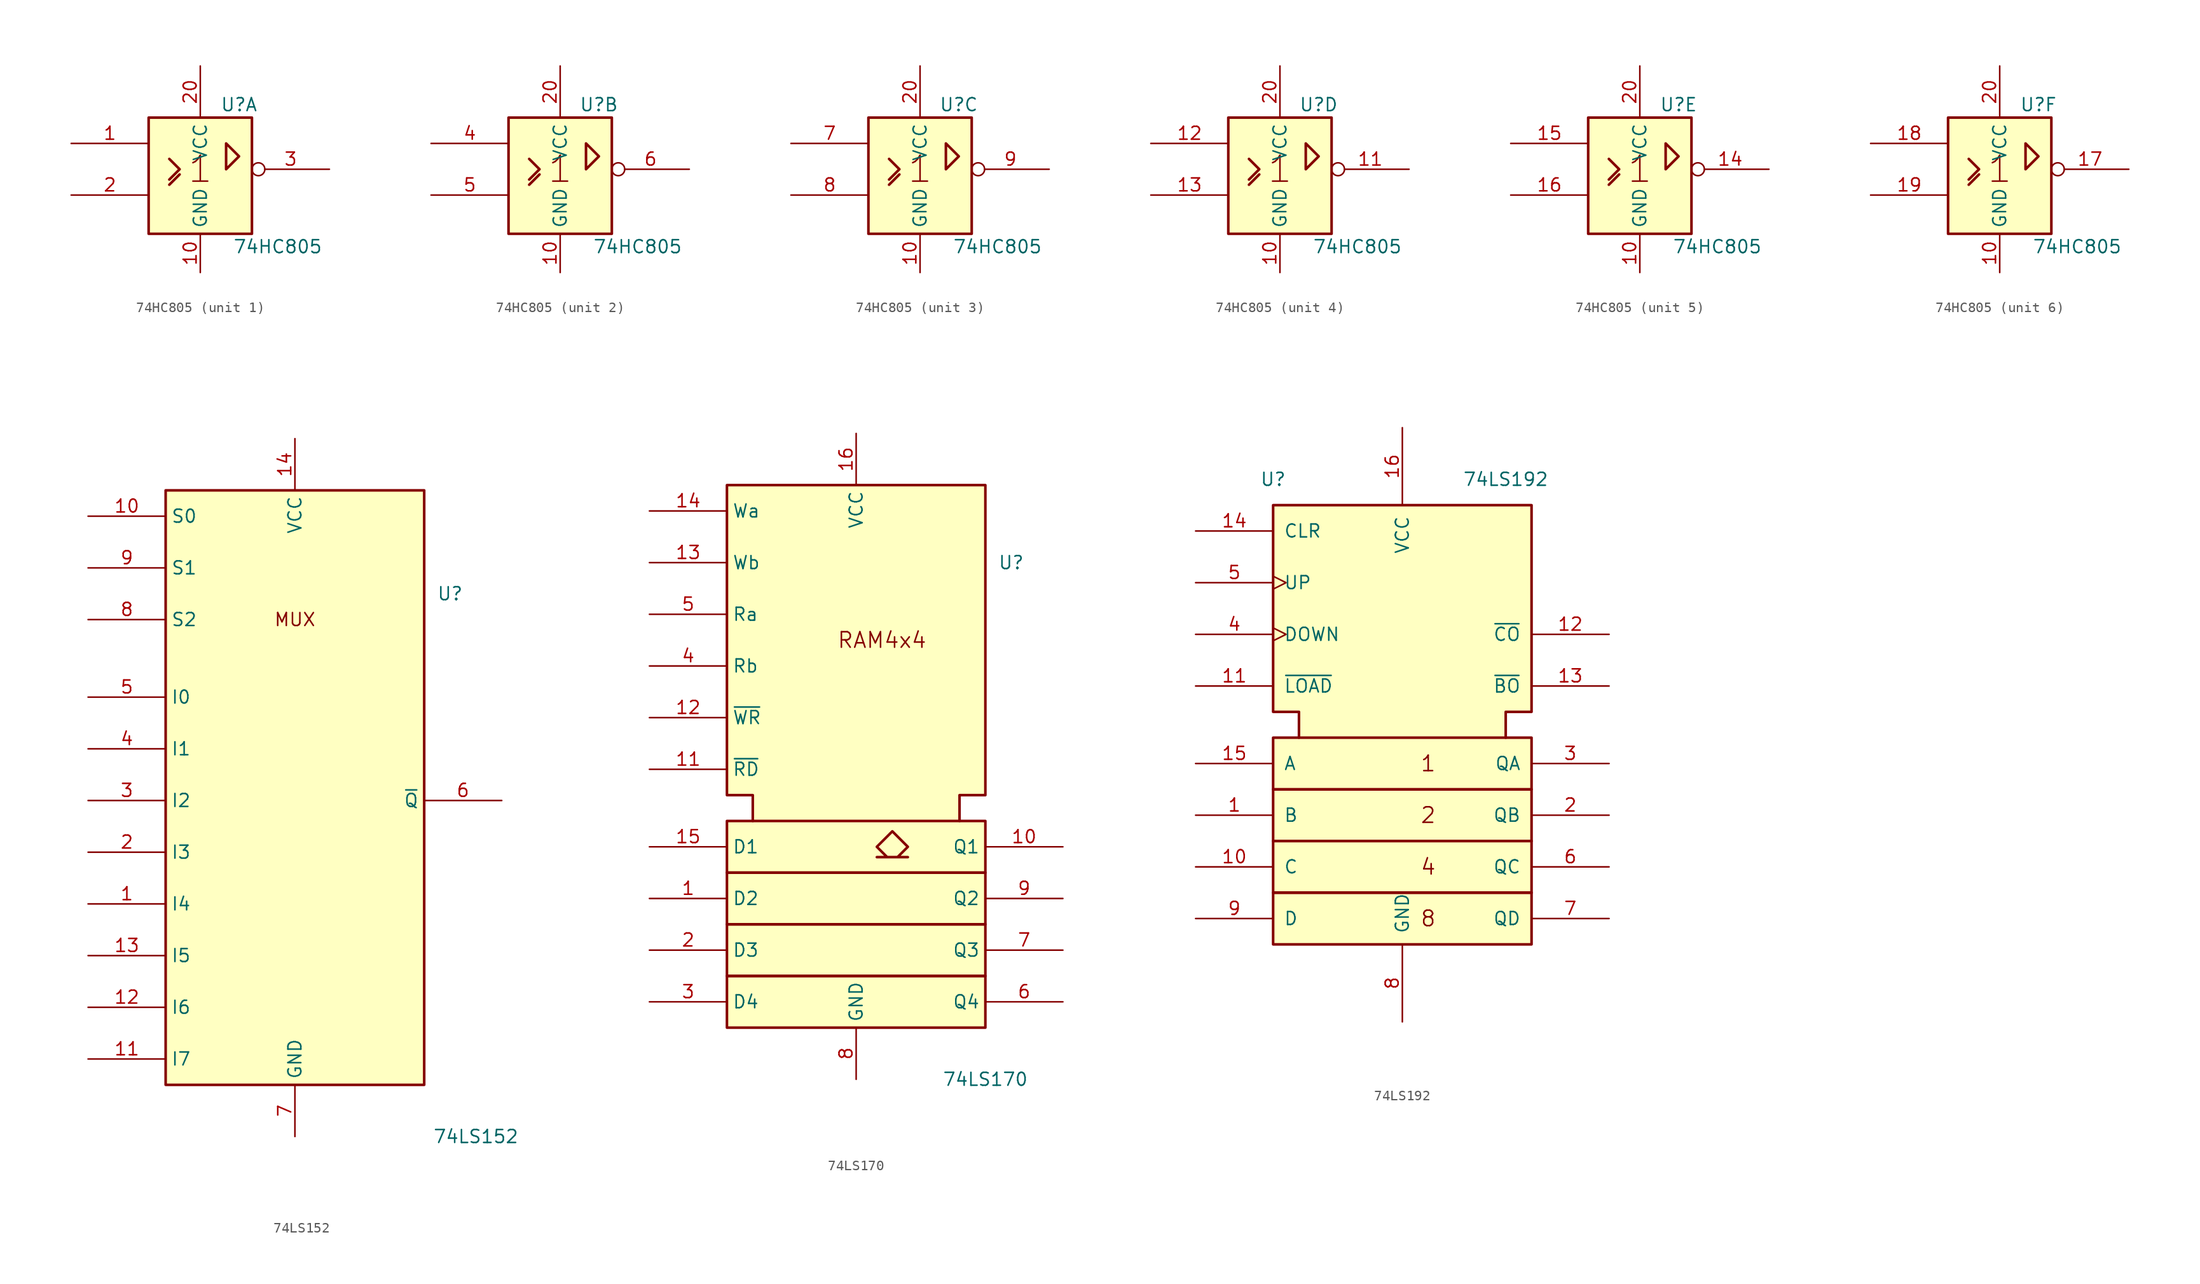
<source format=kicad_sym>
(kicad_symbol_lib
  (version 20231120)
  (generator "kicad_symbol_editor")
  (generator_version "8.0")
  (symbol "74HC805"
    (property "Reference" "U"
      (at 3.81 6.35 0)
      (effects (font (size 1.27 1.27))))
    (property "Value" "74HC805"
      (at 7.62 -7.62 0)
      (effects (font (size 1.27 1.27))))
    (symbol "74HC805_0_1"
      (rectangle (start -5.08 5.08) (end 5.08 -6.35) (stroke (width 0.254) (type default)) (fill (type background)))
      (polyline (pts (xy -3.048 -1.524) (xy -2.032 -0.508) (xy -2.032 -0.508)) (stroke (width 0.254) (type default)) (fill (type background)))
      (polyline (pts (xy -3.048 1.016) (xy -2.032 0) (xy -3.048 -1.016) (xy -3.048 -1.016)) (stroke (width 0.254) (type default)) (fill (type background)))
      (polyline (pts (xy 2.54 0) (xy 2.54 2.54) (xy 3.81 1.27) (xy 2.54 0) (xy 2.54 0)) (stroke (width 0.254) (type default)) (fill (type background)))
      (text "1" (at 0 0 0) (effects (font (size 2.54 2.54))))
      (pin power_in line (at 0 -10.16 90) (length 3.81) (name "GND" (effects (font (size 1.27 1.27)))) (number "10" (effects (font (size 1.27 1.27)))))
      (pin power_in line (at 0 10.16 270) (length 5.08) (name "VCC" (effects (font (size 1.27 1.27)))) (number "20" (effects (font (size 1.27 1.27))))))
    (symbol "74HC805_1_1"
      (pin input line (at -12.7 2.54 0) (length 7.62) (name "~" (effects (font (size 1.27 1.27)))) (number "1" (effects (font (size 1.27 1.27)))))
      (pin input line (at -12.7 -2.54 0) (length 7.62) (name "~" (effects (font (size 1.27 1.27)))) (number "2" (effects (font (size 1.27 1.27)))))
      (pin output inverted (at 12.7 0 180) (length 7.62) (name "~" (effects (font (size 1.27 1.27)))) (number "3" (effects (font (size 1.27 1.27))))))
    (symbol "74HC805_2_1"
      (pin input line (at -12.7 2.54 0) (length 7.62) (name "~" (effects (font (size 1.27 1.27)))) (number "4" (effects (font (size 1.27 1.27)))))
      (pin input line (at -12.7 -2.54 0) (length 7.62) (name "~" (effects (font (size 1.27 1.27)))) (number "5" (effects (font (size 1.27 1.27)))))
      (pin output inverted (at 12.7 0 180) (length 7.62) (name "~" (effects (font (size 1.27 1.27)))) (number "6" (effects (font (size 1.27 1.27))))))
    (symbol "74HC805_3_1"
      (pin input line (at -12.7 2.54 0) (length 7.62) (name "~" (effects (font (size 1.27 1.27)))) (number "7" (effects (font (size 1.27 1.27)))))
      (pin input line (at -12.7 -2.54 0) (length 7.62) (name "~" (effects (font (size 1.27 1.27)))) (number "8" (effects (font (size 1.27 1.27)))))
      (pin output inverted (at 12.7 0 180) (length 7.62) (name "~" (effects (font (size 1.27 1.27)))) (number "9" (effects (font (size 1.27 1.27))))))
    (symbol "74HC805_4_1"
      (pin output inverted (at 12.7 0 180) (length 7.62) (name "~" (effects (font (size 1.27 1.27)))) (number "11" (effects (font (size 1.27 1.27)))))
      (pin input line (at -12.7 2.54 0) (length 7.62) (name "~" (effects (font (size 1.27 1.27)))) (number "12" (effects (font (size 1.27 1.27)))))
      (pin input line (at -12.7 -2.54 0) (length 7.62) (name "~" (effects (font (size 1.27 1.27)))) (number "13" (effects (font (size 1.27 1.27))))))
    (symbol "74HC805_5_1"
      (pin output inverted (at 12.7 0 180) (length 7.62) (name "~" (effects (font (size 1.27 1.27)))) (number "14" (effects (font (size 1.27 1.27)))))
      (pin input line (at -12.7 2.54 0) (length 7.62) (name "~" (effects (font (size 1.27 1.27)))) (number "15" (effects (font (size 1.27 1.27)))))
      (pin input line (at -12.7 -2.54 0) (length 7.62) (name "~" (effects (font (size 1.27 1.27)))) (number "16" (effects (font (size 1.27 1.27))))))
    (symbol "74HC805_6_1"
      (pin output inverted (at 12.7 0 180) (length 7.62) (name "~" (effects (font (size 1.27 1.27)))) (number "17" (effects (font (size 1.27 1.27)))))
      (pin input line (at -12.7 2.54 0) (length 7.62) (name "~" (effects (font (size 1.27 1.27)))) (number "18" (effects (font (size 1.27 1.27)))))
      (pin input line (at -12.7 -2.54 0) (length 7.62) (name "~" (effects (font (size 1.27 1.27)))) (number "19" (effects (font (size 1.27 1.27)))))))
  (symbol "74LS152"
    (property "Reference" "U"
      (at 15.24 22.86 0)
      (effects (font (size 1.27 1.27))))
    (property "Value" "74LS152"
      (at 17.78 -30.48 0)
      (effects (font (size 1.27 1.27))))
    (symbol "74LS152_0_0"
      (rectangle (start -12.7 33.02) (end 12.7 -25.4) (stroke (width 0.254) (type default)) (fill (type background)))
      (text "MUX" (at 0 20.32 0) (effects (font (size 1.27 1.27))))
      (pin power_in line (at 0 38.1 270) (length 5.08) (name "VCC" (effects (font (size 1.27 1.27)))) (number "14" (effects (font (size 1.27 1.27)))))
      (pin power_in line (at 0 -30.48 90) (length 5.08) (name "GND" (effects (font (size 1.27 1.27)))) (number "7" (effects (font (size 1.27 1.27))))))
    (symbol "74LS152_1_1"
      (pin input line (at -20.32 -7.62 0) (length 7.62) (name "I4" (effects (font (size 1.27 1.27)))) (number "1" (effects (font (size 1.27 1.27)))))
      (pin input line (at -20.32 30.48 0) (length 7.62) (name "S0" (effects (font (size 1.27 1.27)))) (number "10" (effects (font (size 1.27 1.27)))))
      (pin input line (at -20.32 -22.86 0) (length 7.62) (name "I7" (effects (font (size 1.27 1.27)))) (number "11" (effects (font (size 1.27 1.27)))))
      (pin input line (at -20.32 -17.78 0) (length 7.62) (name "I6" (effects (font (size 1.27 1.27)))) (number "12" (effects (font (size 1.27 1.27)))))
      (pin input line (at -20.32 -12.7 0) (length 7.62) (name "I5" (effects (font (size 1.27 1.27)))) (number "13" (effects (font (size 1.27 1.27)))))
      (pin input line (at -20.32 -2.54 0) (length 7.62) (name "I3" (effects (font (size 1.27 1.27)))) (number "2" (effects (font (size 1.27 1.27)))))
      (pin input line (at -20.32 2.54 0) (length 7.62) (name "I2" (effects (font (size 1.27 1.27)))) (number "3" (effects (font (size 1.27 1.27)))))
      (pin input line (at -20.32 7.62 0) (length 7.62) (name "I1" (effects (font (size 1.27 1.27)))) (number "4" (effects (font (size 1.27 1.27)))))
      (pin input line (at -20.32 12.7 0) (length 7.62) (name "I0" (effects (font (size 1.27 1.27)))) (number "5" (effects (font (size 1.27 1.27)))))
      (pin output line (at 20.32 2.54 180) (length 7.62) (name "~{Q}" (effects (font (size 1.27 1.27)))) (number "6" (effects (font (size 1.27 1.27)))))
      (pin input line (at -20.32 20.32 0) (length 7.62) (name "S2" (effects (font (size 1.27 1.27)))) (number "8" (effects (font (size 1.27 1.27)))))
      (pin input line (at -20.32 25.4 0) (length 7.62) (name "S1" (effects (font (size 1.27 1.27)))) (number "9" (effects (font (size 1.27 1.27)))))))
  (symbol "74LS170"
    (property "Reference" "U"
      (at 15.24 20.32 0)
      (effects (font (size 1.27 1.27))))
    (property "Value" "74LS170"
      (at 12.7 -30.48 0)
      (effects (font (size 1.27 1.27))))
    (symbol "74LS170_0_0"
      (rectangle (start -12.7 -20.32) (end 12.7 -25.4) (stroke (width 0.254) (type default)) (fill (type background)))
      (rectangle (start -12.7 -15.24) (end 12.7 -20.32) (stroke (width 0.254) (type default)) (fill (type background)))
      (rectangle (start -12.7 -10.16) (end 12.7 -15.24) (stroke (width 0.254) (type default)) (fill (type background)))
      (rectangle (start -12.7 -5.08) (end 12.7 -10.16) (stroke (width 0.254) (type default)) (fill (type background)))
      (polyline (pts (xy -10.16 -5.08) (xy -10.16 -2.54) (xy -12.7 -2.54) (xy -12.7 27.94) (xy 12.7 27.94) (xy 12.7 -2.54) (xy 10.16 -2.54) (xy 10.16 -5.08) (xy 10.16 -5.08)) (stroke (width 0.254) (type default)) (fill (type background)))
      (polyline (pts (xy 3.556 -6.096) (xy 5.08 -7.62) (xy 4.064 -8.636) (xy 5.08 -8.636) (xy 2.032 -8.636) (xy 3.048 -8.636) (xy 2.032 -7.62) (xy 3.556 -6.096) (xy 3.556 -6.096)) (stroke (width 0.254) (type default)) (fill (type background)))
      (text "RAM4x4" (at 2.54 12.7 0) (effects (font (size 1.524 1.524))))
      (pin power_in line (at 0 33.02 270) (length 5.08) (name "VCC" (effects (font (size 1.27 1.27)))) (number "16" (effects (font (size 1.27 1.27)))))
      (pin power_in line (at 0 -30.48 90) (length 5.08) (name "GND" (effects (font (size 1.27 1.27)))) (number "8" (effects (font (size 1.27 1.27))))))
    (symbol "74LS170_1_1"
      (pin input line (at -20.32 -12.7 0) (length 7.62) (name "D2" (effects (font (size 1.27 1.27)))) (number "1" (effects (font (size 1.27 1.27)))))
      (pin tri_state line (at 20.32 -7.62 180) (length 7.62) (name "Q1" (effects (font (size 1.27 1.27)))) (number "10" (effects (font (size 1.27 1.27)))))
      (pin input line (at -20.32 0 0) (length 7.62) (name "~{RD}" (effects (font (size 1.27 1.27)))) (number "11" (effects (font (size 1.27 1.27)))))
      (pin input line (at -20.32 5.08 0) (length 7.62) (name "~{WR}" (effects (font (size 1.27 1.27)))) (number "12" (effects (font (size 1.27 1.27)))))
      (pin input line (at -20.32 20.32 0) (length 7.62) (name "Wb" (effects (font (size 1.27 1.27)))) (number "13" (effects (font (size 1.27 1.27)))))
      (pin input line (at -20.32 25.4 0) (length 7.62) (name "Wa" (effects (font (size 1.27 1.27)))) (number "14" (effects (font (size 1.27 1.27)))))
      (pin input line (at -20.32 -7.62 0) (length 7.62) (name "D1" (effects (font (size 1.27 1.27)))) (number "15" (effects (font (size 1.27 1.27)))))
      (pin input line (at -20.32 -17.78 0) (length 7.62) (name "D3" (effects (font (size 1.27 1.27)))) (number "2" (effects (font (size 1.27 1.27)))))
      (pin input line (at -20.32 -22.86 0) (length 7.62) (name "D4" (effects (font (size 1.27 1.27)))) (number "3" (effects (font (size 1.27 1.27)))))
      (pin input line (at -20.32 10.16 0) (length 7.62) (name "Rb" (effects (font (size 1.27 1.27)))) (number "4" (effects (font (size 1.27 1.27)))))
      (pin input line (at -20.32 15.24 0) (length 7.62) (name "Ra" (effects (font (size 1.27 1.27)))) (number "5" (effects (font (size 1.27 1.27)))))
      (pin tri_state line (at 20.32 -22.86 180) (length 7.62) (name "Q4" (effects (font (size 1.27 1.27)))) (number "6" (effects (font (size 1.27 1.27)))))
      (pin tri_state line (at 20.32 -17.78 180) (length 7.62) (name "Q3" (effects (font (size 1.27 1.27)))) (number "7" (effects (font (size 1.27 1.27)))))
      (pin tri_state line (at 20.32 -12.7 180) (length 7.62) (name "Q2" (effects (font (size 1.27 1.27)))) (number "9" (effects (font (size 1.27 1.27)))))))
  (symbol "74LS192"
    (pin_names
      (offset 1.016))
    (property "Reference" "U"
      (at -12.7 25.4 0)
      (effects (font (size 1.27 1.27))))
    (property "Value" "74LS192"
      (at 10.16 25.4 0)
      (effects (font (size 1.27 1.27))))
    (symbol "74LS192_0_0"
      (text "1" (at 2.54 -2.54 0) (effects (font (size 1.524 1.524))))
      (text "2" (at 2.54 -7.62 0) (effects (font (size 1.524 1.524))))
      (text "4" (at 2.54 -12.7 0) (effects (font (size 1.524 1.524))))
      (text "8" (at 2.54 -17.78 0) (effects (font (size 1.524 1.524))))
      (pin power_in line (at 0 30.48 270) (length 7.62) (name "VCC" (effects (font (size 1.27 1.27)))) (number "16" (effects (font (size 1.27 1.27)))))
      (pin power_in line (at 0 -27.94 90) (length 7.62) (name "GND" (effects (font (size 1.27 1.27)))) (number "8" (effects (font (size 1.27 1.27))))))
    (symbol "74LS192_0_1"
      (rectangle (start -12.7 -15.24) (end 12.7 -20.32) (stroke (width 0.254) (type default)) (fill (type background)))
      (rectangle (start -12.7 -10.16) (end 12.7 -15.24) (stroke (width 0.254) (type default)) (fill (type background)))
      (rectangle (start -12.7 -5.08) (end 12.7 -10.16) (stroke (width 0.254) (type default)) (fill (type background)))
      (rectangle (start -12.7 0) (end 12.7 -5.08) (stroke (width 0.254) (type default)) (fill (type background)))
      (polyline (pts (xy -10.16 0) (xy -10.16 2.54) (xy -12.7 2.54) (xy -12.7 22.86) (xy 12.7 22.86) (xy 12.7 2.54) (xy 10.16 2.54) (xy 10.16 0) (xy 10.16 0)) (stroke (width 0.254) (type default)) (fill (type background))))
    (symbol "74LS192_1_1"
      (pin input line (at -20.32 -7.62 0) (length 7.62) (name "B" (effects (font (size 1.27 1.27)))) (number "1" (effects (font (size 1.27 1.27)))))
      (pin input line (at -20.32 -12.7 0) (length 7.62) (name "C" (effects (font (size 1.27 1.27)))) (number "10" (effects (font (size 1.27 1.27)))))
      (pin input line (at -20.32 5.08 0) (length 7.62) (name "~{LOAD}" (effects (font (size 1.27 1.27)))) (number "11" (effects (font (size 1.27 1.27)))))
      (pin output line (at 20.32 10.16 180) (length 7.62) (name "~{CO}" (effects (font (size 1.27 1.27)))) (number "12" (effects (font (size 1.27 1.27)))))
      (pin output line (at 20.32 5.08 180) (length 7.62) (name "~{BO}" (effects (font (size 1.27 1.27)))) (number "13" (effects (font (size 1.27 1.27)))))
      (pin input line (at -20.32 20.32 0) (length 7.62) (name "CLR" (effects (font (size 1.27 1.27)))) (number "14" (effects (font (size 1.27 1.27)))))
      (pin input line (at -20.32 -2.54 0) (length 7.62) (name "A" (effects (font (size 1.27 1.27)))) (number "15" (effects (font (size 1.27 1.27)))))
      (pin output line (at 20.32 -7.62 180) (length 7.62) (name "QB" (effects (font (size 1.27 1.27)))) (number "2" (effects (font (size 1.27 1.27)))))
      (pin output line (at 20.32 -2.54 180) (length 7.62) (name "QA" (effects (font (size 1.27 1.27)))) (number "3" (effects (font (size 1.27 1.27)))))
      (pin input clock (at -20.32 10.16 0) (length 7.62) (name "DOWN" (effects (font (size 1.27 1.27)))) (number "4" (effects (font (size 1.27 1.27)))))
      (pin input clock (at -20.32 15.24 0) (length 7.62) (name "UP" (effects (font (size 1.27 1.27)))) (number "5" (effects (font (size 1.27 1.27)))))
      (pin output line (at 20.32 -12.7 180) (length 7.62) (name "QC" (effects (font (size 1.27 1.27)))) (number "6" (effects (font (size 1.27 1.27)))))
      (pin output line (at 20.32 -17.78 180) (length 7.62) (name "QD" (effects (font (size 1.27 1.27)))) (number "7" (effects (font (size 1.27 1.27)))))
      (pin input line (at -20.32 -17.78 0) (length 7.62) (name "D" (effects (font (size 1.27 1.27)))) (number "9" (effects (font (size 1.27 1.27))))))))
</source>
